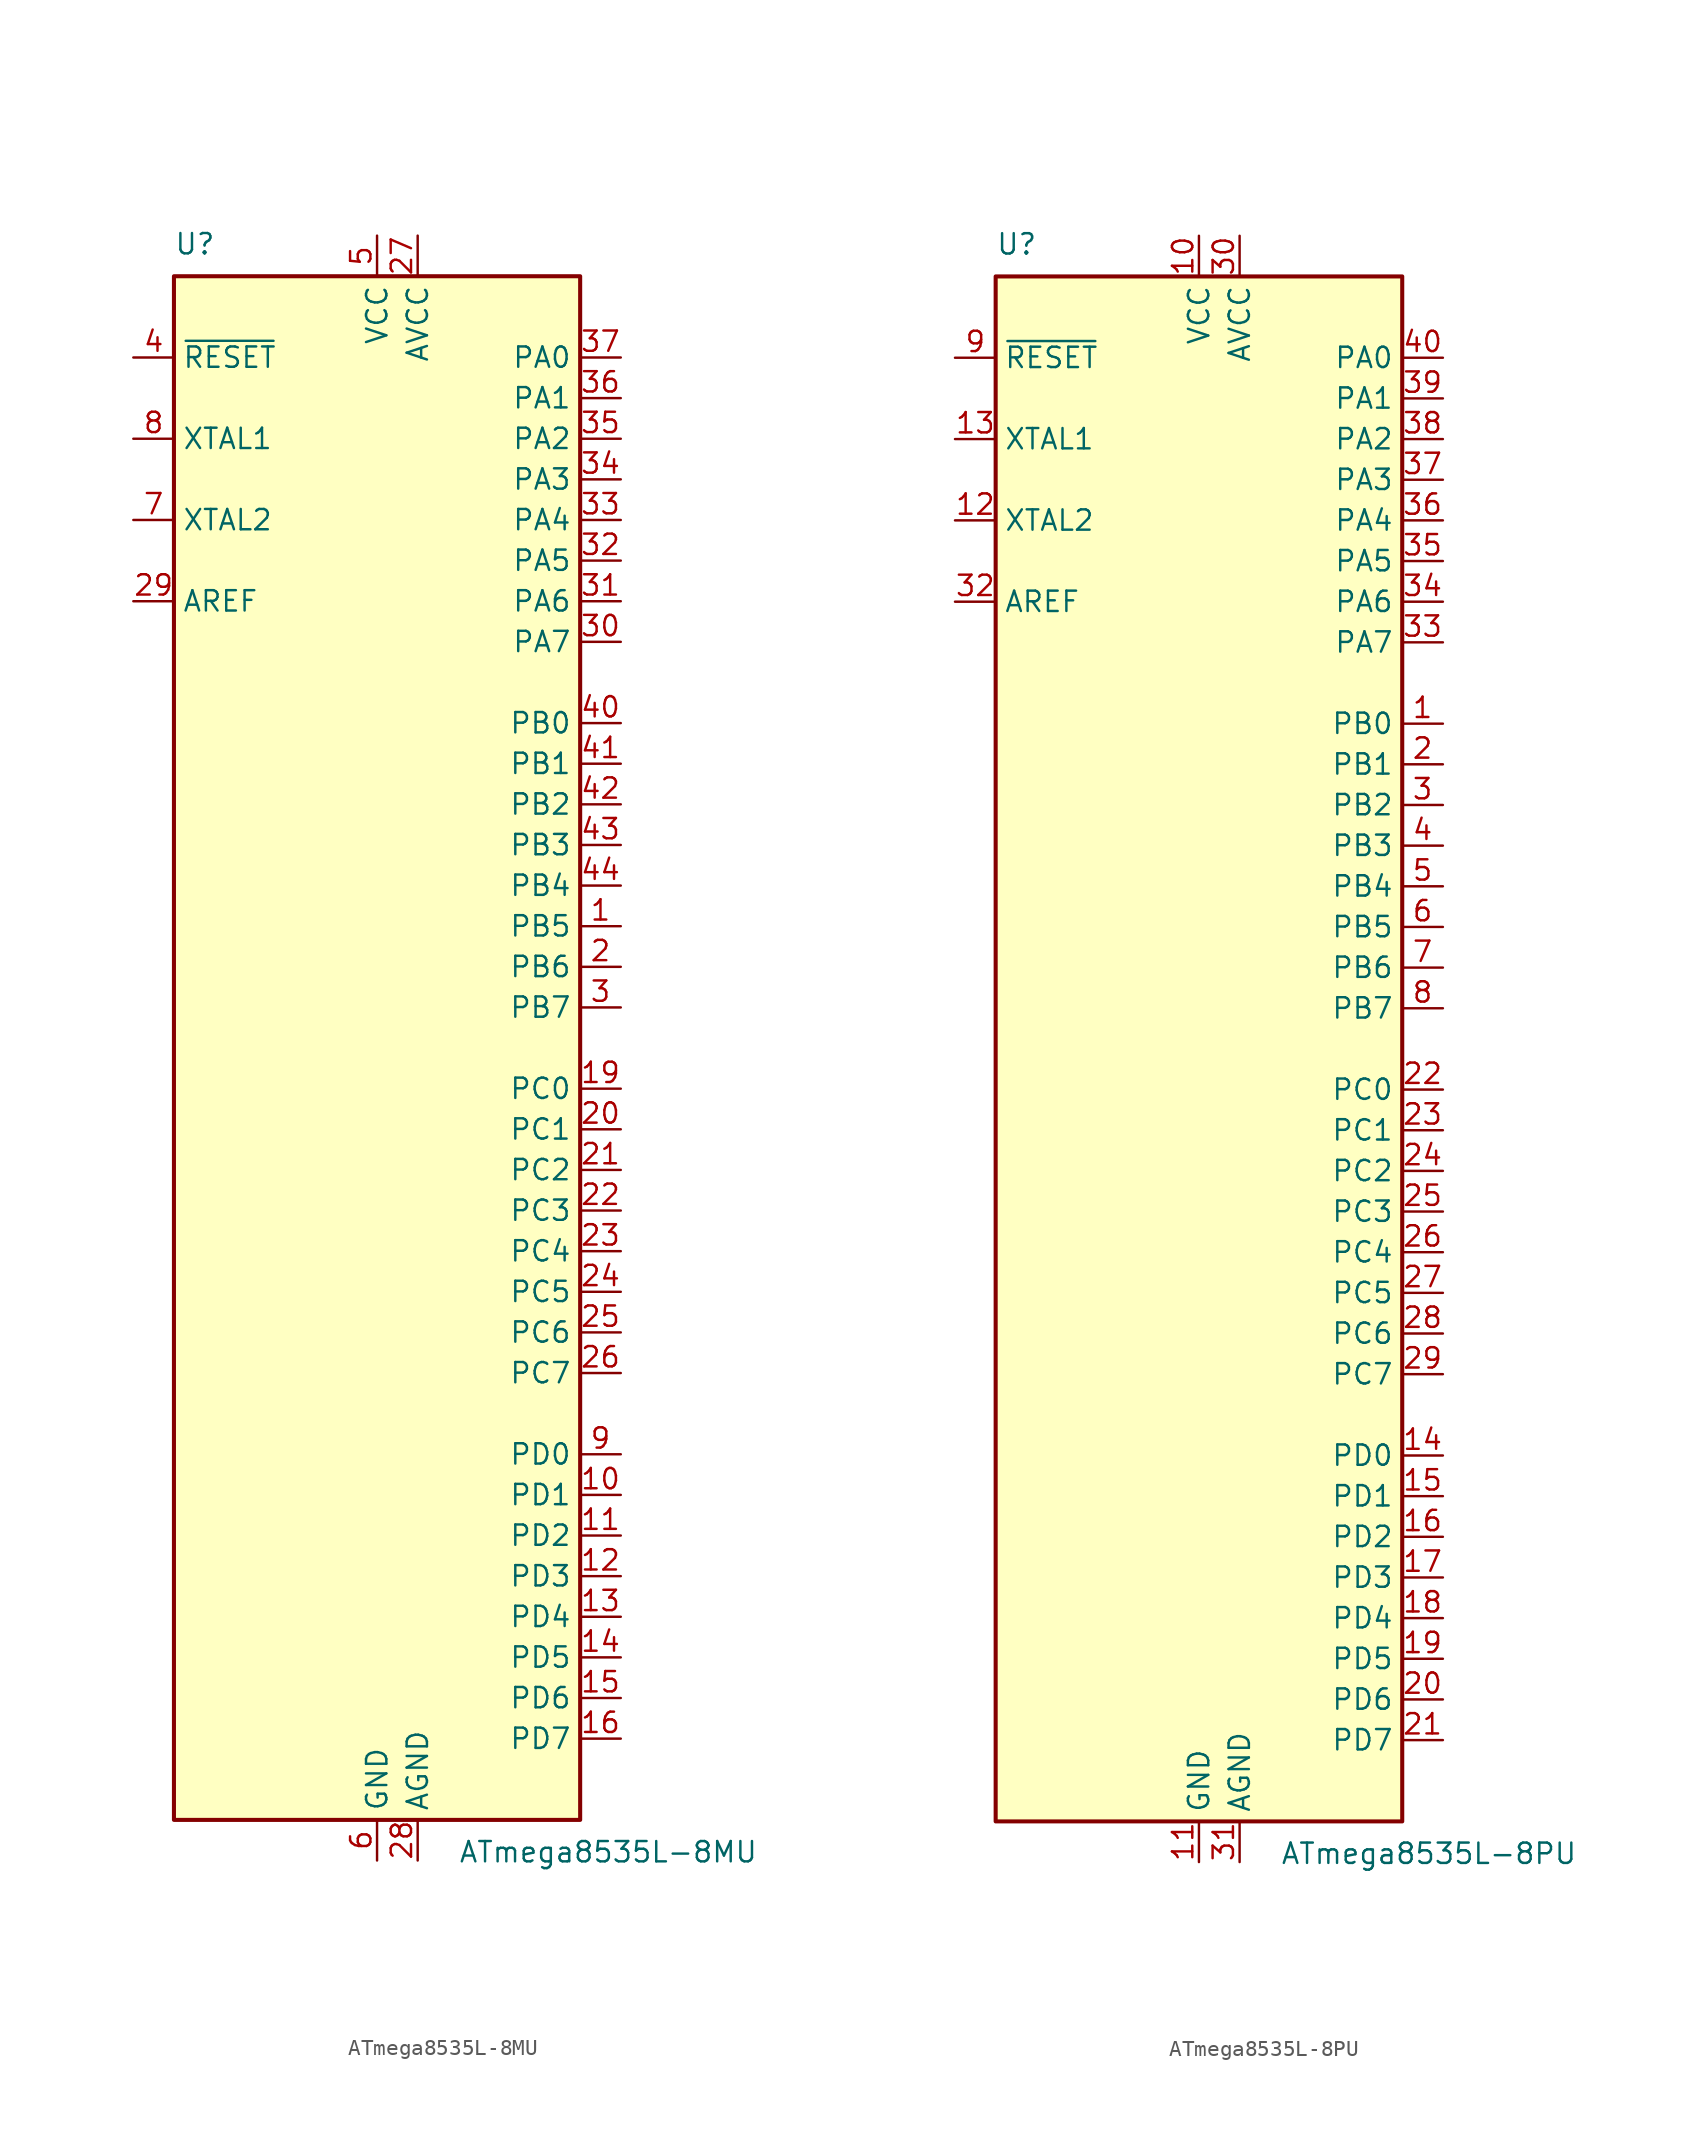
<source format=kicad_sym>
(kicad_symbol_lib
  (version 20201005)
  (generator kicad_symbol_editor)
  (symbol "ATmega8535L-8MU"
    (property "Reference" "U"
      (at -12.7 49.53 0)
      (effects (font (size 1.27 1.27)) (justify left bottom)))
    (property "Value" "ATmega8535L-8MU"
      (at 5.08 -49.53 0)
      (effects (font (size 1.27 1.27)) (justify left top)))
    (symbol "ATmega8535L-8MU_0_1"
      (rectangle (start -12.7 -48.26) (end 12.7 48.26) (stroke (width 0.254)) (fill (type background))))
    (symbol "ATmega8535L-8MU_1_1"
      (pin tri_state line (at 15.24 7.62 180) (length 2.54) (name "PB5" (effects (font (size 1.27 1.27)))) (number "1" (effects (font (size 1.27 1.27)))))
      (pin tri_state line (at 15.24 -27.94 180) (length 2.54) (name "PD1" (effects (font (size 1.27 1.27)))) (number "10" (effects (font (size 1.27 1.27)))))
      (pin tri_state line (at 15.24 -30.48 180) (length 2.54) (name "PD2" (effects (font (size 1.27 1.27)))) (number "11" (effects (font (size 1.27 1.27)))))
      (pin tri_state line (at 15.24 -33.02 180) (length 2.54) (name "PD3" (effects (font (size 1.27 1.27)))) (number "12" (effects (font (size 1.27 1.27)))))
      (pin tri_state line (at 15.24 -35.56 180) (length 2.54) (name "PD4" (effects (font (size 1.27 1.27)))) (number "13" (effects (font (size 1.27 1.27)))))
      (pin tri_state line (at 15.24 -38.1 180) (length 2.54) (name "PD5" (effects (font (size 1.27 1.27)))) (number "14" (effects (font (size 1.27 1.27)))))
      (pin tri_state line (at 15.24 -40.64 180) (length 2.54) (name "PD6" (effects (font (size 1.27 1.27)))) (number "15" (effects (font (size 1.27 1.27)))))
      (pin tri_state line (at 15.24 -43.18 180) (length 2.54) (name "PD7" (effects (font (size 1.27 1.27)))) (number "16" (effects (font (size 1.27 1.27)))))
      (pin passive line (at 0 50.8 270) (length 2.54) hide (name "VCC" (effects (font (size 1.27 1.27)))) (number "17" (effects (font (size 1.27 1.27)))))
      (pin passive line (at 0 -50.8 90) (length 2.54) hide (name "GND" (effects (font (size 1.27 1.27)))) (number "18" (effects (font (size 1.27 1.27)))))
      (pin tri_state line (at 15.24 -2.54 180) (length 2.54) (name "PC0" (effects (font (size 1.27 1.27)))) (number "19" (effects (font (size 1.27 1.27)))))
      (pin tri_state line (at 15.24 5.08 180) (length 2.54) (name "PB6" (effects (font (size 1.27 1.27)))) (number "2" (effects (font (size 1.27 1.27)))))
      (pin tri_state line (at 15.24 -5.08 180) (length 2.54) (name "PC1" (effects (font (size 1.27 1.27)))) (number "20" (effects (font (size 1.27 1.27)))))
      (pin tri_state line (at 15.24 -7.62 180) (length 2.54) (name "PC2" (effects (font (size 1.27 1.27)))) (number "21" (effects (font (size 1.27 1.27)))))
      (pin tri_state line (at 15.24 -10.16 180) (length 2.54) (name "PC3" (effects (font (size 1.27 1.27)))) (number "22" (effects (font (size 1.27 1.27)))))
      (pin tri_state line (at 15.24 -12.7 180) (length 2.54) (name "PC4" (effects (font (size 1.27 1.27)))) (number "23" (effects (font (size 1.27 1.27)))))
      (pin tri_state line (at 15.24 -15.24 180) (length 2.54) (name "PC5" (effects (font (size 1.27 1.27)))) (number "24" (effects (font (size 1.27 1.27)))))
      (pin tri_state line (at 15.24 -17.78 180) (length 2.54) (name "PC6" (effects (font (size 1.27 1.27)))) (number "25" (effects (font (size 1.27 1.27)))))
      (pin tri_state line (at 15.24 -20.32 180) (length 2.54) (name "PC7" (effects (font (size 1.27 1.27)))) (number "26" (effects (font (size 1.27 1.27)))))
      (pin power_in line (at 2.54 50.8 270) (length 2.54) (name "AVCC" (effects (font (size 1.27 1.27)))) (number "27" (effects (font (size 1.27 1.27)))))
      (pin power_in line (at 2.54 -50.8 90) (length 2.54) (name "AGND" (effects (font (size 1.27 1.27)))) (number "28" (effects (font (size 1.27 1.27)))))
      (pin passive line (at -15.24 27.94 0) (length 2.54) (name "AREF" (effects (font (size 1.27 1.27)))) (number "29" (effects (font (size 1.27 1.27)))))
      (pin tri_state line (at 15.24 2.54 180) (length 2.54) (name "PB7" (effects (font (size 1.27 1.27)))) (number "3" (effects (font (size 1.27 1.27)))))
      (pin tri_state line (at 15.24 25.4 180) (length 2.54) (name "PA7" (effects (font (size 1.27 1.27)))) (number "30" (effects (font (size 1.27 1.27)))))
      (pin tri_state line (at 15.24 27.94 180) (length 2.54) (name "PA6" (effects (font (size 1.27 1.27)))) (number "31" (effects (font (size 1.27 1.27)))))
      (pin tri_state line (at 15.24 30.48 180) (length 2.54) (name "PA5" (effects (font (size 1.27 1.27)))) (number "32" (effects (font (size 1.27 1.27)))))
      (pin tri_state line (at 15.24 33.02 180) (length 2.54) (name "PA4" (effects (font (size 1.27 1.27)))) (number "33" (effects (font (size 1.27 1.27)))))
      (pin tri_state line (at 15.24 35.56 180) (length 2.54) (name "PA3" (effects (font (size 1.27 1.27)))) (number "34" (effects (font (size 1.27 1.27)))))
      (pin tri_state line (at 15.24 38.1 180) (length 2.54) (name "PA2" (effects (font (size 1.27 1.27)))) (number "35" (effects (font (size 1.27 1.27)))))
      (pin tri_state line (at 15.24 40.64 180) (length 2.54) (name "PA1" (effects (font (size 1.27 1.27)))) (number "36" (effects (font (size 1.27 1.27)))))
      (pin tri_state line (at 15.24 43.18 180) (length 2.54) (name "PA0" (effects (font (size 1.27 1.27)))) (number "37" (effects (font (size 1.27 1.27)))))
      (pin passive line (at 0 50.8 270) (length 2.54) hide (name "VCC" (effects (font (size 1.27 1.27)))) (number "38" (effects (font (size 1.27 1.27)))))
      (pin passive line (at 0 -50.8 90) (length 2.54) hide (name "GND" (effects (font (size 1.27 1.27)))) (number "39" (effects (font (size 1.27 1.27)))))
      (pin input line (at -15.24 43.18 0) (length 2.54) (name "~RESET" (effects (font (size 1.27 1.27)))) (number "4" (effects (font (size 1.27 1.27)))))
      (pin tri_state line (at 15.24 20.32 180) (length 2.54) (name "PB0" (effects (font (size 1.27 1.27)))) (number "40" (effects (font (size 1.27 1.27)))))
      (pin tri_state line (at 15.24 17.78 180) (length 2.54) (name "PB1" (effects (font (size 1.27 1.27)))) (number "41" (effects (font (size 1.27 1.27)))))
      (pin tri_state line (at 15.24 15.24 180) (length 2.54) (name "PB2" (effects (font (size 1.27 1.27)))) (number "42" (effects (font (size 1.27 1.27)))))
      (pin tri_state line (at 15.24 12.7 180) (length 2.54) (name "PB3" (effects (font (size 1.27 1.27)))) (number "43" (effects (font (size 1.27 1.27)))))
      (pin tri_state line (at 15.24 10.16 180) (length 2.54) (name "PB4" (effects (font (size 1.27 1.27)))) (number "44" (effects (font (size 1.27 1.27)))))
      (pin passive line (at 0 -50.8 90) (length 2.54) hide (name "GND" (effects (font (size 1.27 1.27)))) (number "45" (effects (font (size 1.27 1.27)))))
      (pin power_in line (at 0 50.8 270) (length 2.54) (name "VCC" (effects (font (size 1.27 1.27)))) (number "5" (effects (font (size 1.27 1.27)))))
      (pin power_in line (at 0 -50.8 90) (length 2.54) (name "GND" (effects (font (size 1.27 1.27)))) (number "6" (effects (font (size 1.27 1.27)))))
      (pin output line (at -15.24 33.02 0) (length 2.54) (name "XTAL2" (effects (font (size 1.27 1.27)))) (number "7" (effects (font (size 1.27 1.27)))))
      (pin input line (at -15.24 38.1 0) (length 2.54) (name "XTAL1" (effects (font (size 1.27 1.27)))) (number "8" (effects (font (size 1.27 1.27)))))
      (pin tri_state line (at 15.24 -25.4 180) (length 2.54) (name "PD0" (effects (font (size 1.27 1.27)))) (number "9" (effects (font (size 1.27 1.27)))))))
  (symbol "ATmega8535L-8PU"
    (property "Reference" "U"
      (at -12.7 49.53 0)
      (effects (font (size 1.27 1.27)) (justify left bottom)))
    (property "Value" "ATmega8535L-8PU"
      (at 5.08 -49.53 0)
      (effects (font (size 1.27 1.27)) (justify left top)))
    (symbol "ATmega8535L-8PU_0_1"
      (rectangle (start -12.7 -48.26) (end 12.7 48.26) (stroke (width 0.254)) (fill (type background))))
    (symbol "ATmega8535L-8PU_1_1"
      (pin tri_state line (at 15.24 20.32 180) (length 2.54) (name "PB0" (effects (font (size 1.27 1.27)))) (number "1" (effects (font (size 1.27 1.27)))))
      (pin power_in line (at 0 50.8 270) (length 2.54) (name "VCC" (effects (font (size 1.27 1.27)))) (number "10" (effects (font (size 1.27 1.27)))))
      (pin power_in line (at 0 -50.8 90) (length 2.54) (name "GND" (effects (font (size 1.27 1.27)))) (number "11" (effects (font (size 1.27 1.27)))))
      (pin output line (at -15.24 33.02 0) (length 2.54) (name "XTAL2" (effects (font (size 1.27 1.27)))) (number "12" (effects (font (size 1.27 1.27)))))
      (pin input line (at -15.24 38.1 0) (length 2.54) (name "XTAL1" (effects (font (size 1.27 1.27)))) (number "13" (effects (font (size 1.27 1.27)))))
      (pin tri_state line (at 15.24 -25.4 180) (length 2.54) (name "PD0" (effects (font (size 1.27 1.27)))) (number "14" (effects (font (size 1.27 1.27)))))
      (pin tri_state line (at 15.24 -27.94 180) (length 2.54) (name "PD1" (effects (font (size 1.27 1.27)))) (number "15" (effects (font (size 1.27 1.27)))))
      (pin tri_state line (at 15.24 -30.48 180) (length 2.54) (name "PD2" (effects (font (size 1.27 1.27)))) (number "16" (effects (font (size 1.27 1.27)))))
      (pin tri_state line (at 15.24 -33.02 180) (length 2.54) (name "PD3" (effects (font (size 1.27 1.27)))) (number "17" (effects (font (size 1.27 1.27)))))
      (pin tri_state line (at 15.24 -35.56 180) (length 2.54) (name "PD4" (effects (font (size 1.27 1.27)))) (number "18" (effects (font (size 1.27 1.27)))))
      (pin tri_state line (at 15.24 -38.1 180) (length 2.54) (name "PD5" (effects (font (size 1.27 1.27)))) (number "19" (effects (font (size 1.27 1.27)))))
      (pin tri_state line (at 15.24 17.78 180) (length 2.54) (name "PB1" (effects (font (size 1.27 1.27)))) (number "2" (effects (font (size 1.27 1.27)))))
      (pin tri_state line (at 15.24 -40.64 180) (length 2.54) (name "PD6" (effects (font (size 1.27 1.27)))) (number "20" (effects (font (size 1.27 1.27)))))
      (pin tri_state line (at 15.24 -43.18 180) (length 2.54) (name "PD7" (effects (font (size 1.27 1.27)))) (number "21" (effects (font (size 1.27 1.27)))))
      (pin tri_state line (at 15.24 -2.54 180) (length 2.54) (name "PC0" (effects (font (size 1.27 1.27)))) (number "22" (effects (font (size 1.27 1.27)))))
      (pin tri_state line (at 15.24 -5.08 180) (length 2.54) (name "PC1" (effects (font (size 1.27 1.27)))) (number "23" (effects (font (size 1.27 1.27)))))
      (pin tri_state line (at 15.24 -7.62 180) (length 2.54) (name "PC2" (effects (font (size 1.27 1.27)))) (number "24" (effects (font (size 1.27 1.27)))))
      (pin tri_state line (at 15.24 -10.16 180) (length 2.54) (name "PC3" (effects (font (size 1.27 1.27)))) (number "25" (effects (font (size 1.27 1.27)))))
      (pin tri_state line (at 15.24 -12.7 180) (length 2.54) (name "PC4" (effects (font (size 1.27 1.27)))) (number "26" (effects (font (size 1.27 1.27)))))
      (pin tri_state line (at 15.24 -15.24 180) (length 2.54) (name "PC5" (effects (font (size 1.27 1.27)))) (number "27" (effects (font (size 1.27 1.27)))))
      (pin tri_state line (at 15.24 -17.78 180) (length 2.54) (name "PC6" (effects (font (size 1.27 1.27)))) (number "28" (effects (font (size 1.27 1.27)))))
      (pin tri_state line (at 15.24 -20.32 180) (length 2.54) (name "PC7" (effects (font (size 1.27 1.27)))) (number "29" (effects (font (size 1.27 1.27)))))
      (pin tri_state line (at 15.24 15.24 180) (length 2.54) (name "PB2" (effects (font (size 1.27 1.27)))) (number "3" (effects (font (size 1.27 1.27)))))
      (pin power_in line (at 2.54 50.8 270) (length 2.54) (name "AVCC" (effects (font (size 1.27 1.27)))) (number "30" (effects (font (size 1.27 1.27)))))
      (pin power_in line (at 2.54 -50.8 90) (length 2.54) (name "AGND" (effects (font (size 1.27 1.27)))) (number "31" (effects (font (size 1.27 1.27)))))
      (pin passive line (at -15.24 27.94 0) (length 2.54) (name "AREF" (effects (font (size 1.27 1.27)))) (number "32" (effects (font (size 1.27 1.27)))))
      (pin tri_state line (at 15.24 25.4 180) (length 2.54) (name "PA7" (effects (font (size 1.27 1.27)))) (number "33" (effects (font (size 1.27 1.27)))))
      (pin tri_state line (at 15.24 27.94 180) (length 2.54) (name "PA6" (effects (font (size 1.27 1.27)))) (number "34" (effects (font (size 1.27 1.27)))))
      (pin tri_state line (at 15.24 30.48 180) (length 2.54) (name "PA5" (effects (font (size 1.27 1.27)))) (number "35" (effects (font (size 1.27 1.27)))))
      (pin tri_state line (at 15.24 33.02 180) (length 2.54) (name "PA4" (effects (font (size 1.27 1.27)))) (number "36" (effects (font (size 1.27 1.27)))))
      (pin tri_state line (at 15.24 35.56 180) (length 2.54) (name "PA3" (effects (font (size 1.27 1.27)))) (number "37" (effects (font (size 1.27 1.27)))))
      (pin tri_state line (at 15.24 38.1 180) (length 2.54) (name "PA2" (effects (font (size 1.27 1.27)))) (number "38" (effects (font (size 1.27 1.27)))))
      (pin tri_state line (at 15.24 40.64 180) (length 2.54) (name "PA1" (effects (font (size 1.27 1.27)))) (number "39" (effects (font (size 1.27 1.27)))))
      (pin tri_state line (at 15.24 12.7 180) (length 2.54) (name "PB3" (effects (font (size 1.27 1.27)))) (number "4" (effects (font (size 1.27 1.27)))))
      (pin tri_state line (at 15.24 43.18 180) (length 2.54) (name "PA0" (effects (font (size 1.27 1.27)))) (number "40" (effects (font (size 1.27 1.27)))))
      (pin tri_state line (at 15.24 10.16 180) (length 2.54) (name "PB4" (effects (font (size 1.27 1.27)))) (number "5" (effects (font (size 1.27 1.27)))))
      (pin tri_state line (at 15.24 7.62 180) (length 2.54) (name "PB5" (effects (font (size 1.27 1.27)))) (number "6" (effects (font (size 1.27 1.27)))))
      (pin tri_state line (at 15.24 5.08 180) (length 2.54) (name "PB6" (effects (font (size 1.27 1.27)))) (number "7" (effects (font (size 1.27 1.27)))))
      (pin tri_state line (at 15.24 2.54 180) (length 2.54) (name "PB7" (effects (font (size 1.27 1.27)))) (number "8" (effects (font (size 1.27 1.27)))))
      (pin input line (at -15.24 43.18 0) (length 2.54) (name "~RESET" (effects (font (size 1.27 1.27)))) (number "9" (effects (font (size 1.27 1.27))))))))
</source>
